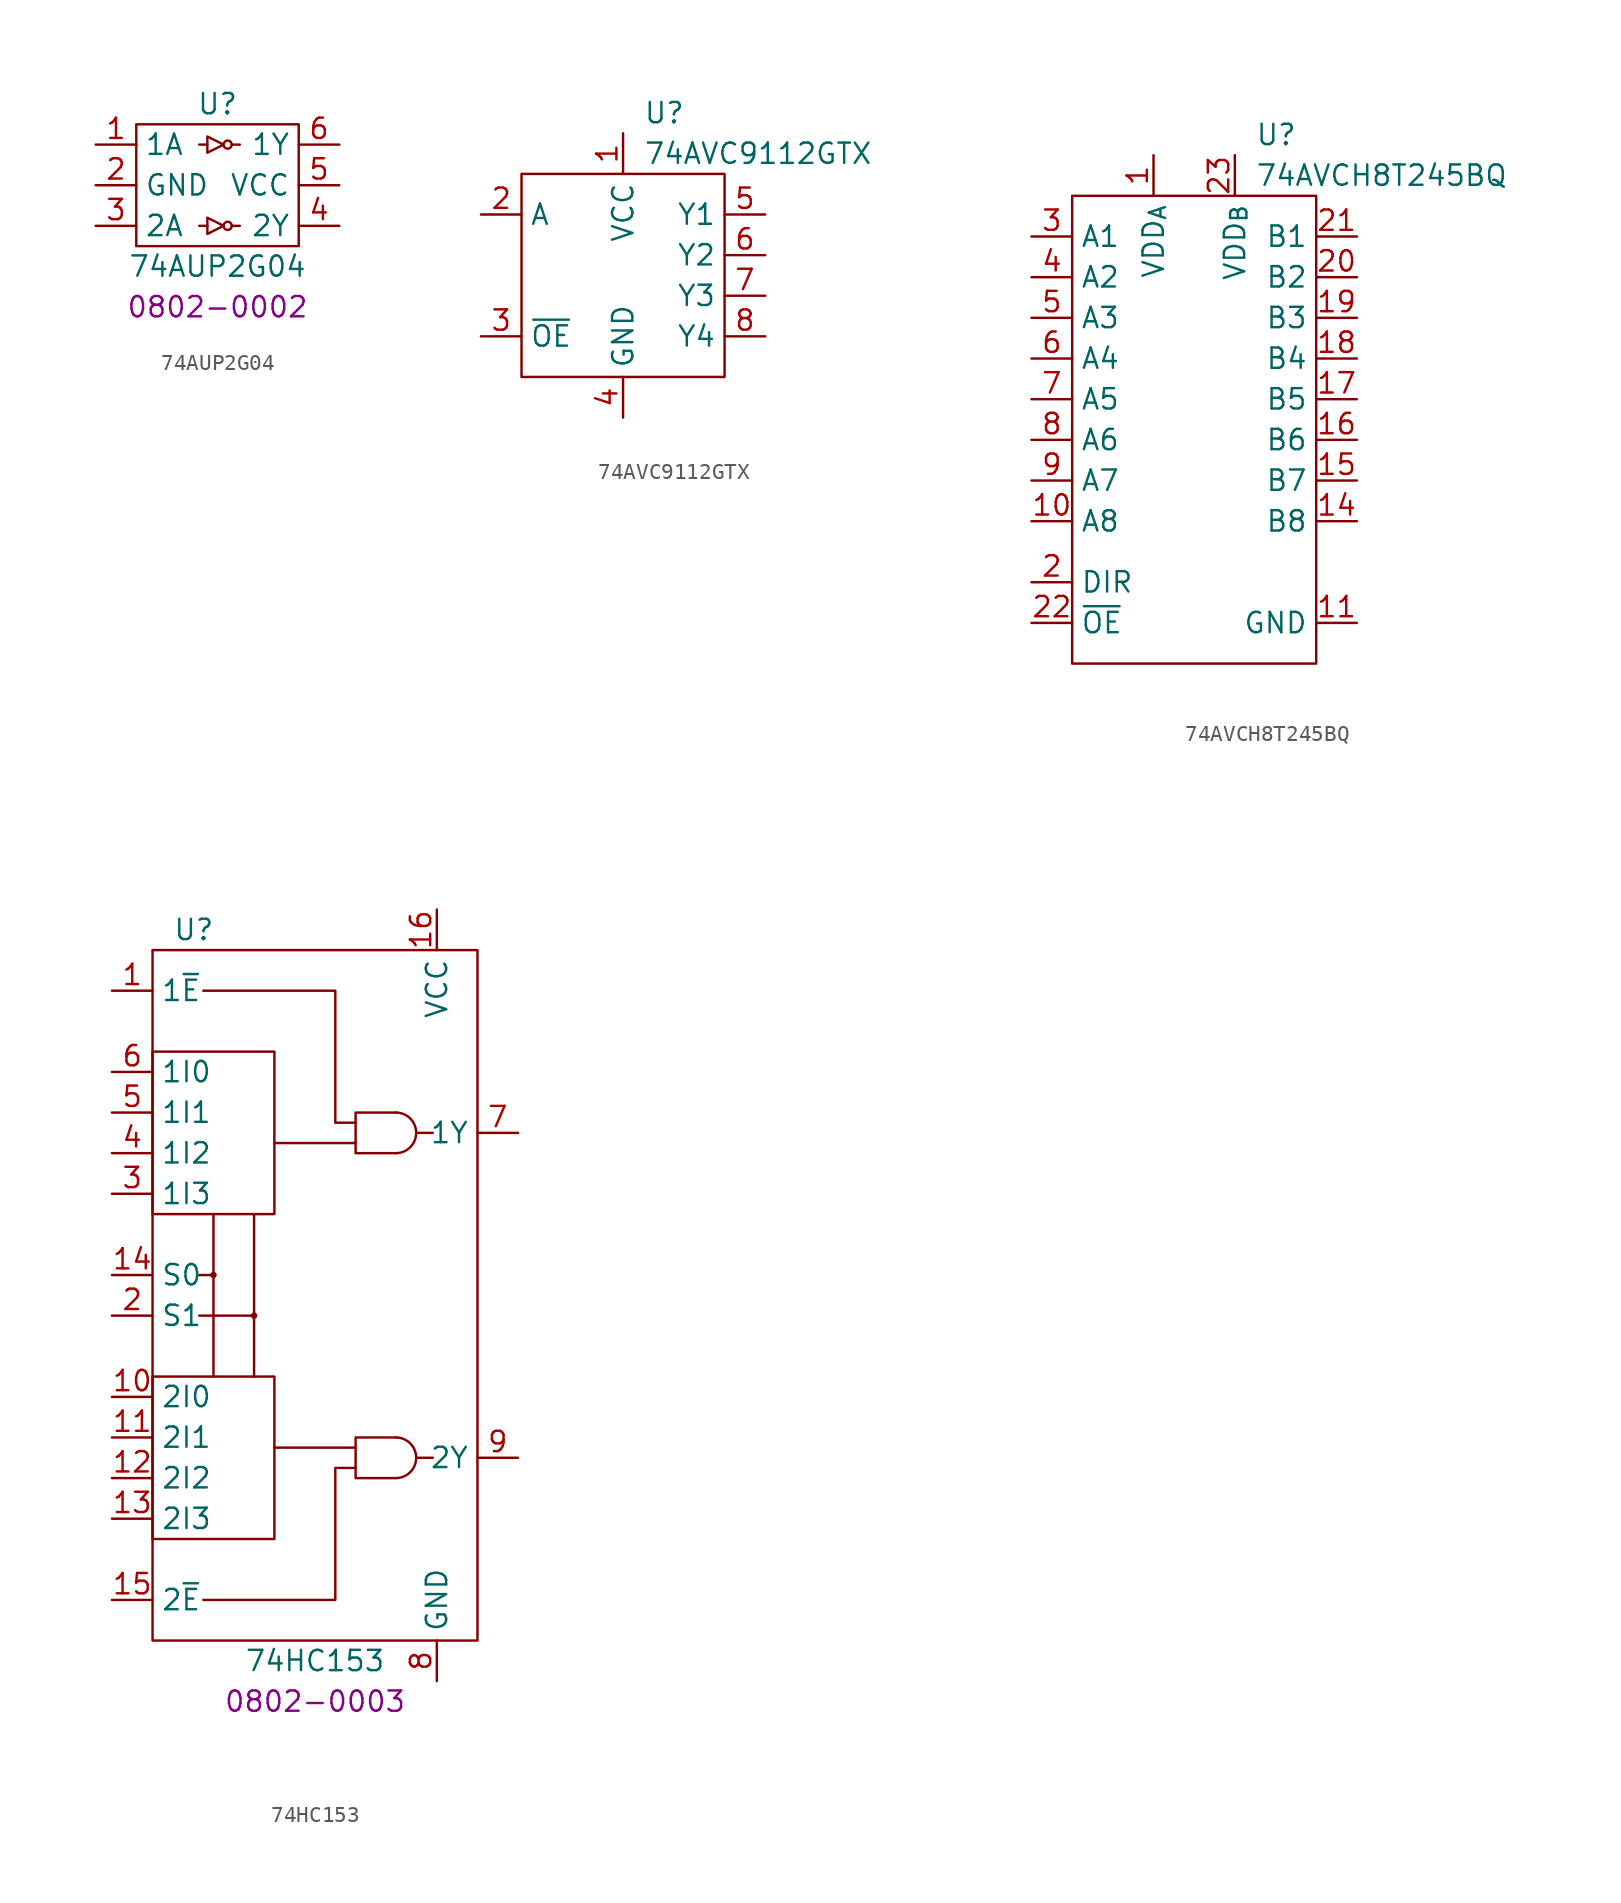
<source format=kicad_sym>
(kicad_symbol_lib
  (version 20220914)
  (generator kicad_symbol_editor)
  (symbol "74AUP2G04"
    (property "Reference" "U"
      (at 7.62 2.54 0)
      (effects (font (size 1.27 1.27))))
    (property "Value" "74AUP2G04"
      (at 7.62 -7.62 0)
      (effects (font (size 1.27 1.27))))
    (property "PartNumber" "0802-0002"
      (at 7.62 -10.16 0)
      (effects (font (size 1.27 1.27))))
    (symbol "74AUP2G04_0_0"
      (pin unspecified line (at 0 0 0) (length 2.54) (name "1A" (effects (font (size 1.27 1.27)))) (number "1" (effects (font (size 1.27 1.27)))))
      (pin unspecified line (at 0 -2.54 0) (length 2.54) (name "GND" (effects (font (size 1.27 1.27)))) (number "2" (effects (font (size 1.27 1.27)))))
      (pin unspecified line (at 0 -5.08 0) (length 2.54) (name "2A" (effects (font (size 1.27 1.27)))) (number "3" (effects (font (size 1.27 1.27)))))
      (pin unspecified line (at 15.24 -5.08 180) (length 2.54) (name "2Y" (effects (font (size 1.27 1.27)))) (number "4" (effects (font (size 1.27 1.27)))))
      (pin unspecified line (at 15.24 -2.54 180) (length 2.54) (name "VCC" (effects (font (size 1.27 1.27)))) (number "5" (effects (font (size 1.27 1.27)))))
      (pin unspecified line (at 15.24 0 180) (length 2.54) (name "1Y" (effects (font (size 1.27 1.27)))) (number "6" (effects (font (size 1.27 1.27))))))
    (symbol "74AUP2G04_0_1"
      (polyline (pts (xy 6.985 -5.08) (xy 6.477 -5.08)) (stroke (width 0) (type default)) (fill (type none)))
      (polyline (pts (xy 6.985 0) (xy 6.477 0)) (stroke (width 0) (type default)) (fill (type none)))
      (polyline (pts (xy 8.509 -5.08) (xy 9.017 -5.08)) (stroke (width 0) (type default)) (fill (type none)))
      (polyline (pts (xy 8.509 0) (xy 9.017 0)) (stroke (width 0) (type default)) (fill (type none)))
      (polyline (pts (xy 6.985 -4.572) (xy 6.985 -5.588) (xy 8.001 -5.08) (xy 6.985 -4.572)) (stroke (width 0) (type default)) (fill (type none)))
      (polyline (pts (xy 6.985 0.508) (xy 6.985 -0.508) (xy 8.001 0) (xy 6.985 0.508)) (stroke (width 0) (type default)) (fill (type none)))
      (rectangle (start 2.54 1.27) (end 12.7 -6.35) (stroke (width 0) (type default)) (fill (type none)))
      (circle (center 8.255 -5.08) (radius 0.254) (stroke (width 0) (type default)) (fill (type none)))
      (circle (center 8.255 0) (radius 0.254) (stroke (width 0) (type default)) (fill (type none)))))
  (symbol "74AVC9112GTX"
    (property "Reference" "U"
      (at 7.62 3.81 0)
      (effects (font (size 1.27 1.27)) (justify left)))
    (property "Value" "74AVC9112GTX"
      (at 7.62 1.27 0)
      (effects (font (size 1.27 1.27)) (justify left)))
    (symbol "74AVC9112GTX_0_0"
      (pin power_in line (at 6.35 2.54 270) (length 2.54) (name "VCC" (effects (font (size 1.27 1.27)))) (number "1" (effects (font (size 1.27 1.27)))))
      (pin input line (at -2.54 -2.54 0) (length 2.54) (name "A" (effects (font (size 1.27 1.27)))) (number "2" (effects (font (size 1.27 1.27)))))
      (pin input line (at -2.54 -10.16 0) (length 2.54) (name "~{OE}" (effects (font (size 1.27 1.27)))) (number "3" (effects (font (size 1.27 1.27)))))
      (pin power_in line (at 6.35 -15.24 90) (length 2.54) (name "GND" (effects (font (size 1.27 1.27)))) (number "4" (effects (font (size 1.27 1.27)))))
      (pin output line (at 15.24 -2.54 180) (length 2.54) (name "Y1" (effects (font (size 1.27 1.27)))) (number "5" (effects (font (size 1.27 1.27)))))
      (pin output line (at 15.24 -5.08 180) (length 2.54) (name "Y2" (effects (font (size 1.27 1.27)))) (number "6" (effects (font (size 1.27 1.27)))))
      (pin output line (at 15.24 -7.62 180) (length 2.54) (name "Y3" (effects (font (size 1.27 1.27)))) (number "7" (effects (font (size 1.27 1.27)))))
      (pin output line (at 15.24 -10.16 180) (length 2.54) (name "Y4" (effects (font (size 1.27 1.27)))) (number "8" (effects (font (size 1.27 1.27))))))
    (symbol "74AVC9112GTX_0_1"
      (rectangle (start 0 0) (end 12.7 -12.7) (stroke (width 0) (type default)) (fill (type none)))))
  (symbol "74AVCH8T245BQ"
    (property "Reference" "U"
      (at 11.43 3.81 0)
      (effects (font (size 1.27 1.27)) (justify left)))
    (property "Value" "74AVCH8T245BQ"
      (at 11.43 1.27 0)
      (effects (font (size 1.27 1.27)) (justify left)))
    (symbol "74AVCH8T245BQ_0_0"
      (pin power_in line (at 5.08 2.54 270) (length 2.54) (name "VDD_{A}" (effects (font (size 1.27 1.27)))) (number "1" (effects (font (size 1.27 1.27)))))
      (pin bidirectional line (at -2.54 -20.32 0) (length 2.54) (name "A8" (effects (font (size 1.27 1.27)))) (number "10" (effects (font (size 1.27 1.27)))))
      (pin power_in line (at 17.78 -26.67 180) (length 2.54) (name "GND" (effects (font (size 1.27 1.27)))) (number "11" (effects (font (size 1.27 1.27)))))
      (pin power_in line (at 17.78 -26.67 180) (length 2.54) hide (name "GND" (effects (font (size 1.27 1.27)))) (number "12" (effects (font (size 1.27 1.27)))))
      (pin power_in line (at 17.78 -26.67 180) (length 2.54) hide (name "GND" (effects (font (size 1.27 1.27)))) (number "13" (effects (font (size 1.27 1.27)))))
      (pin bidirectional line (at 17.78 -20.32 180) (length 2.54) (name "B8" (effects (font (size 1.27 1.27)))) (number "14" (effects (font (size 1.27 1.27)))))
      (pin bidirectional line (at 17.78 -17.78 180) (length 2.54) (name "B7" (effects (font (size 1.27 1.27)))) (number "15" (effects (font (size 1.27 1.27)))))
      (pin bidirectional line (at 17.78 -15.24 180) (length 2.54) (name "B6" (effects (font (size 1.27 1.27)))) (number "16" (effects (font (size 1.27 1.27)))))
      (pin bidirectional line (at 17.78 -12.7 180) (length 2.54) (name "B5" (effects (font (size 1.27 1.27)))) (number "17" (effects (font (size 1.27 1.27)))))
      (pin bidirectional line (at 17.78 -10.16 180) (length 2.54) (name "B4" (effects (font (size 1.27 1.27)))) (number "18" (effects (font (size 1.27 1.27)))))
      (pin bidirectional line (at 17.78 -7.62 180) (length 2.54) (name "B3" (effects (font (size 1.27 1.27)))) (number "19" (effects (font (size 1.27 1.27)))))
      (pin input line (at -2.54 -24.13 0) (length 2.54) (name "DIR" (effects (font (size 1.27 1.27)))) (number "2" (effects (font (size 1.27 1.27)))))
      (pin bidirectional line (at 17.78 -5.08 180) (length 2.54) (name "B2" (effects (font (size 1.27 1.27)))) (number "20" (effects (font (size 1.27 1.27)))))
      (pin bidirectional line (at 17.78 -2.54 180) (length 2.54) (name "B1" (effects (font (size 1.27 1.27)))) (number "21" (effects (font (size 1.27 1.27)))))
      (pin input line (at -2.54 -26.67 0) (length 2.54) (name "~{OE}" (effects (font (size 1.27 1.27)))) (number "22" (effects (font (size 1.27 1.27)))))
      (pin power_in line (at 10.16 2.54 270) (length 2.54) (name "VDD_{B}" (effects (font (size 1.27 1.27)))) (number "23" (effects (font (size 1.27 1.27)))))
      (pin power_in line (at 10.16 2.54 270) (length 2.54) hide (name "VDD_{B}" (effects (font (size 1.27 1.27)))) (number "24" (effects (font (size 1.27 1.27)))))
      (pin bidirectional line (at -2.54 -2.54 0) (length 2.54) (name "A1" (effects (font (size 1.27 1.27)))) (number "3" (effects (font (size 1.27 1.27)))))
      (pin bidirectional line (at -2.54 -5.08 0) (length 2.54) (name "A2" (effects (font (size 1.27 1.27)))) (number "4" (effects (font (size 1.27 1.27)))))
      (pin bidirectional line (at -2.54 -7.62 0) (length 2.54) (name "A3" (effects (font (size 1.27 1.27)))) (number "5" (effects (font (size 1.27 1.27)))))
      (pin bidirectional line (at -2.54 -10.16 0) (length 2.54) (name "A4" (effects (font (size 1.27 1.27)))) (number "6" (effects (font (size 1.27 1.27)))))
      (pin bidirectional line (at -2.54 -12.7 0) (length 2.54) (name "A5" (effects (font (size 1.27 1.27)))) (number "7" (effects (font (size 1.27 1.27)))))
      (pin bidirectional line (at -2.54 -15.24 0) (length 2.54) (name "A6" (effects (font (size 1.27 1.27)))) (number "8" (effects (font (size 1.27 1.27)))))
      (pin bidirectional line (at -2.54 -17.78 0) (length 2.54) (name "A7" (effects (font (size 1.27 1.27)))) (number "9" (effects (font (size 1.27 1.27))))))
    (symbol "74AVCH8T245BQ_0_1"
      (rectangle (start 0 0) (end 15.24 -29.21) (stroke (width 0) (type default)) (fill (type none)))))
  (symbol "74HC153"
    (property "Reference" "U"
      (at -2.54 22.86 0)
      (effects (font (size 1.27 1.27)) (justify left)))
    (property "Value" "74HC153"
      (at 6.35 -22.86 0)
      (effects (font (size 1.27 1.27))))
    (property "PartNumber" "0802-0003"
      (at 6.35 -25.4 0)
      (effects (font (size 1.27 1.27))))
    (symbol "74HC153_0_0"
      (pin input line (at -6.35 19.05 0) (length 2.54) (name "1~{E}" (effects (font (size 1.27 1.27)))) (number "1" (effects (font (size 1.27 1.27)))))
      (pin input line (at -6.35 -6.35 0) (length 2.54) (name "2I0" (effects (font (size 1.27 1.27)))) (number "10" (effects (font (size 1.27 1.27)))))
      (pin input line (at -6.35 -8.89 0) (length 2.54) (name "2I1" (effects (font (size 1.27 1.27)))) (number "11" (effects (font (size 1.27 1.27)))))
      (pin input line (at -6.35 -11.43 0) (length 2.54) (name "2I2" (effects (font (size 1.27 1.27)))) (number "12" (effects (font (size 1.27 1.27)))))
      (pin input line (at -6.35 -13.97 0) (length 2.54) (name "2I3" (effects (font (size 1.27 1.27)))) (number "13" (effects (font (size 1.27 1.27)))))
      (pin input line (at -6.35 1.27 0) (length 2.54) (name "S0" (effects (font (size 1.27 1.27)))) (number "14" (effects (font (size 1.27 1.27)))))
      (pin input line (at -6.35 -19.05 0) (length 2.54) (name "2~{E}" (effects (font (size 1.27 1.27)))) (number "15" (effects (font (size 1.27 1.27)))))
      (pin power_in line (at 13.97 24.13 270) (length 2.54) (name "VCC" (effects (font (size 1.27 1.27)))) (number "16" (effects (font (size 1.27 1.27)))))
      (pin input line (at -6.35 -1.27 0) (length 2.54) (name "S1" (effects (font (size 1.27 1.27)))) (number "2" (effects (font (size 1.27 1.27)))))
      (pin input line (at -6.35 6.35 0) (length 2.54) (name "1I3" (effects (font (size 1.27 1.27)))) (number "3" (effects (font (size 1.27 1.27)))))
      (pin input line (at -6.35 8.89 0) (length 2.54) (name "1I2" (effects (font (size 1.27 1.27)))) (number "4" (effects (font (size 1.27 1.27)))))
      (pin input line (at -6.35 11.43 0) (length 2.54) (name "1I1" (effects (font (size 1.27 1.27)))) (number "5" (effects (font (size 1.27 1.27)))))
      (pin input line (at -6.35 13.97 0) (length 2.54) (name "1I0" (effects (font (size 1.27 1.27)))) (number "6" (effects (font (size 1.27 1.27)))))
      (pin output line (at 19.05 10.16 180) (length 2.54) (name "1Y" (effects (font (size 1.27 1.27)))) (number "7" (effects (font (size 1.27 1.27)))))
      (pin power_in line (at 13.97 -24.13 90) (length 2.54) (name "GND" (effects (font (size 1.27 1.27)))) (number "8" (effects (font (size 1.27 1.27)))))
      (pin output line (at 19.05 -10.16 180) (length 2.54) (name "2Y" (effects (font (size 1.27 1.27)))) (number "9" (effects (font (size 1.27 1.27))))))
    (symbol "74HC153_0_1"
      (rectangle (start -3.81 -5.08) (end 3.81 -15.24) (stroke (width 0) (type default)) (fill (type none)))
      (rectangle (start -3.81 15.24) (end 3.81 5.08) (stroke (width 0) (type default)) (fill (type none)))
      (rectangle (start -3.81 21.59) (end 16.51 -21.59) (stroke (width 0) (type default)) (fill (type none)))
      (polyline (pts (xy -0.889 -1.27) (xy 2.54 -1.27)) (stroke (width 0) (type default)) (fill (type none)))
      (polyline (pts (xy -0.889 1.27) (xy 0 1.27)) (stroke (width 0) (type default)) (fill (type none)))
      (polyline (pts (xy 0 5.08) (xy 0 -5.08)) (stroke (width 0) (type default)) (fill (type none)))
      (polyline (pts (xy 2.54 5.08) (xy 2.54 -5.08)) (stroke (width 0) (type default)) (fill (type none)))
      (polyline (pts (xy 8.89 -9.525) (xy 3.81 -9.525)) (stroke (width 0) (type default)) (fill (type none)))
      (polyline (pts (xy 8.89 9.525) (xy 3.81 9.525)) (stroke (width 0) (type default)) (fill (type none)))
      (polyline (pts (xy 13.716 -10.16) (xy 12.7 -10.16)) (stroke (width 0) (type default)) (fill (type none)))
      (polyline (pts (xy 13.716 10.16) (xy 12.7 10.16)) (stroke (width 0) (type default)) (fill (type none)))
      (polyline (pts (xy 11.43 -8.89) (xy 8.89 -8.89) (xy 8.89 -11.43) (xy 11.43 -11.43)) (stroke (width 0) (type default)) (fill (type none)))
      (polyline (pts (xy 11.43 11.43) (xy 8.89 11.43) (xy 8.89 8.89) (xy 11.43 8.89)) (stroke (width 0) (type default)) (fill (type none)))
      (polyline (pts (xy 8.89 -10.795) (xy 7.62 -10.795) (xy 7.62 -11.43) (xy 7.62 -19.05) (xy -0.635 -19.05)) (stroke (width 0) (type default)) (fill (type none)))
      (polyline (pts (xy 8.89 10.795) (xy 7.62 10.795) (xy 7.62 11.43) (xy 7.62 19.05) (xy -0.635 19.05)) (stroke (width 0) (type default)) (fill (type none)))
      (circle (center 0 1.27) (radius 0.127) (stroke (width 0) (type default)) (fill (type none)))
      (circle (center 2.54 -1.27) (radius 0.127) (stroke (width 0) (type default)) (fill (type none)))
      (arc (start 11.43 -11.43) (mid 12.6772 -10.16) (end 11.43 -8.89) (stroke (width 0) (type default)) (fill (type none)))
      (arc (start 11.43 8.89) (mid 12.6772 10.16) (end 11.43 11.43) (stroke (width 0) (type default)) (fill (type none))))))
</source>
